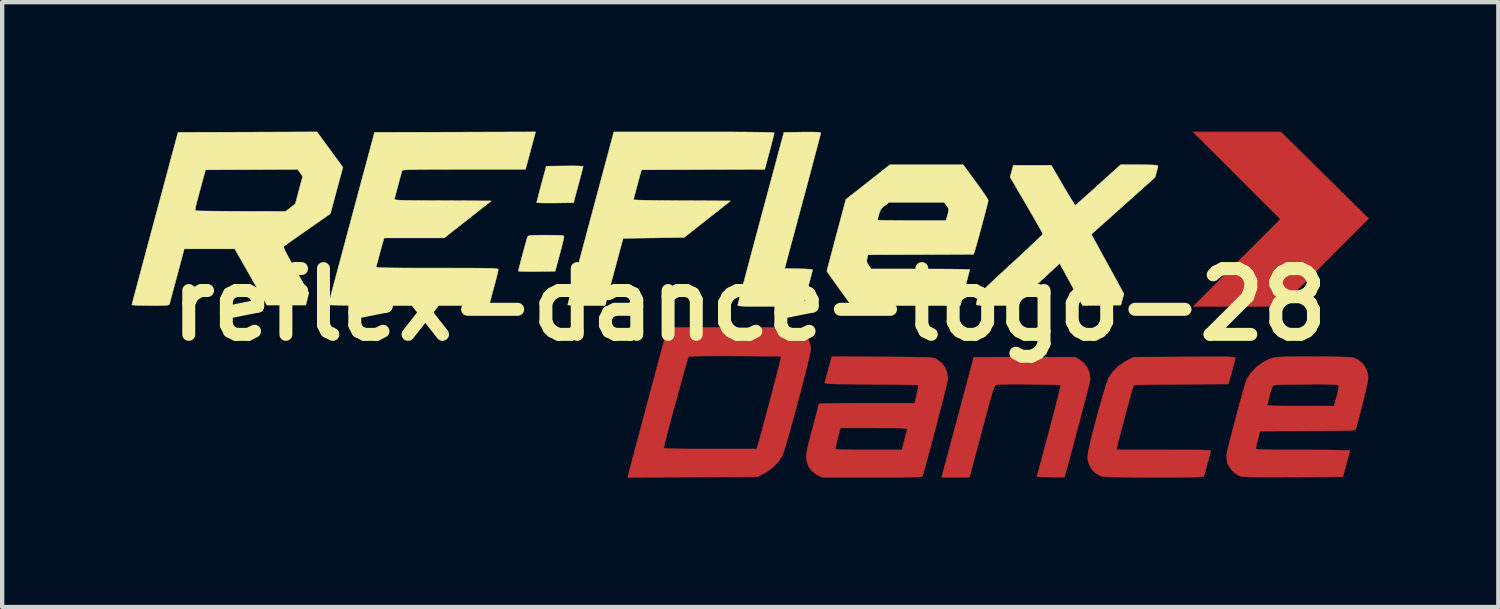
<source format=kicad_pcb>
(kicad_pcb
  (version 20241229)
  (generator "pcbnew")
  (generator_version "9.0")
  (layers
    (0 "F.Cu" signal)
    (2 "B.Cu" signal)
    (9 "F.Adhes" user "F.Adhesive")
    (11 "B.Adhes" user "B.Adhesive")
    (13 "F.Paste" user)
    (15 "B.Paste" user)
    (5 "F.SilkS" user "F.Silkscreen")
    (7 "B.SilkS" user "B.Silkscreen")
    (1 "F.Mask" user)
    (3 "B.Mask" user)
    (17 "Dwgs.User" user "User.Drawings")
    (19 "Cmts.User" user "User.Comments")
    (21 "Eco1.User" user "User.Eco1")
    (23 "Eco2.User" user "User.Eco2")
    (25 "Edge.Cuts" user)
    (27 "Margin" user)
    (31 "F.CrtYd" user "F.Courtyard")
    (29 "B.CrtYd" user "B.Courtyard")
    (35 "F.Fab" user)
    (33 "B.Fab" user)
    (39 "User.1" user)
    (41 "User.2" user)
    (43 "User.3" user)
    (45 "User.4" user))
  (footprint "reflex-dance-logo-28"
    (layer "F.Cu")
    (at 14.313 4.006)
    (property "Reference" "reflex-dance-logo-28" (at 0 0 0) (layer "F.SilkS") (effects (font (size 1.524 1.524) (thickness 0.3))))
    (attr through_hole)
    (fp_poly (pts (xy 11.292 -4) (xy 12.308 -3.999) (xy 14.34 -1.993) (xy 13.325 -0.975) (xy 12.309 0.042) (xy 10.277 0.042) (xy 11.287 -0.968) (xy 12.298 -1.979) (xy 11.287 -2.99) (xy 10.276 -4) (xy 11.292 -4)) (stroke (width 0.01) (type solid)) (fill yes) (layer "F.Cu"))
    (fp_poly (pts (xy 7.643 1.274) (xy 7.746 1.357) (xy 7.825 1.465) (xy 7.875 1.588) (xy 7.89 1.716) (xy 7.886 1.767) (xy 7.878 1.8) (xy 7.862 1.868) (xy 7.836 1.966) (xy 7.804 2.091) (xy 7.766 2.237) (xy 7.724 2.399) (xy 7.678 2.574) (xy 7.629 2.756) (xy 7.58 2.942) (xy 7.531 3.125) (xy 7.484 3.303) (xy 7.439 3.47) (xy 7.398 3.622) (xy 7.362 3.754) (xy 7.332 3.862) (xy 7.31 3.941) (xy 7.297 3.986) (xy 7.293 3.996) (xy 7.271 3.997) (xy 7.214 3.998) (xy 7.13 3.998) (xy 7.026 3.997) (xy 6.972 3.996) (xy 6.656 3.99) (xy 6.939 2.935) (xy 6.993 2.731) (xy 7.044 2.54) (xy 7.089 2.365) (xy 7.128 2.21) (xy 7.161 2.079) (xy 7.186 1.976) (xy 7.202 1.905) (xy 7.208 1.87) (xy 7.207 1.866) (xy 7.183 1.862) (xy 7.123 1.859) (xy 7.032 1.855) (xy 6.917 1.852) (xy 6.783 1.849) (xy 6.638 1.847) (xy 6.486 1.845) (xy 6.334 1.844) (xy 6.188 1.844) (xy 6.053 1.844) (xy 5.937 1.845) (xy 5.844 1.847) (xy 5.782 1.85) (xy 5.763 1.852) (xy 5.742 1.854) (xy 5.725 1.856) (xy 5.71 1.86) (xy 5.695 1.87) (xy 5.681 1.888) (xy 5.665 1.919) (xy 5.647 1.964) (xy 5.626 2.028) (xy 5.601 2.112) (xy 5.57 2.221) (xy 5.533 2.357) (xy 5.488 2.524) (xy 5.435 2.724) (xy 5.372 2.96) (xy 5.344 3.064) (xy 5.094 4) (xy 4.45 4) (xy 4.511 3.773) (xy 4.528 3.71) (xy 4.555 3.61) (xy 4.59 3.478) (xy 4.633 3.32) (xy 4.681 3.139) (xy 4.734 2.941) (xy 4.791 2.73) (xy 4.85 2.51) (xy 4.884 2.381) (xy 5.196 1.217) (xy 7.546 1.217) (xy 7.643 1.274)) (stroke (width 0.01) (type solid)) (fill yes) (layer "F.Cu"))
    (fp_poly (pts (xy -0.172 0.529) (xy 0.083 0.529) (xy 0.301 0.53) (xy 0.486 0.531) (xy 0.641 0.534) (xy 0.77 0.537) (xy 0.875 0.541) (xy 0.96 0.547) (xy 1.027 0.555) (xy 1.08 0.565) (xy 1.122 0.576) (xy 1.157 0.59) (xy 1.186 0.607) (xy 1.214 0.626) (xy 1.237 0.643) (xy 1.312 0.722) (xy 1.372 0.827) (xy 1.409 0.943) (xy 1.418 1.025) (xy 1.413 1.068) (xy 1.397 1.148) (xy 1.372 1.258) (xy 1.339 1.396) (xy 1.299 1.555) (xy 1.255 1.732) (xy 1.206 1.921) (xy 1.154 2.118) (xy 1.101 2.319) (xy 1.047 2.518) (xy 0.994 2.711) (xy 0.944 2.893) (xy 0.896 3.059) (xy 0.854 3.206) (xy 0.817 3.328) (xy 0.787 3.42) (xy 0.766 3.478) (xy 0.763 3.484) (xy 0.681 3.619) (xy 0.567 3.746) (xy 0.43 3.855) (xy 0.324 3.918) (xy 0.18 3.99) (xy -1.32 3.996) (xy -2.82 4.002) (xy -2.811 3.953) (xy -2.804 3.926) (xy -2.787 3.861) (xy -2.761 3.761) (xy -2.726 3.629) (xy -2.684 3.47) (xy -2.643 3.318) (xy -1.99 3.318) (xy -1.981 3.324) (xy -1.954 3.329) (xy -1.906 3.334) (xy -1.834 3.337) (xy -1.734 3.34) (xy -1.605 3.342) (xy -1.442 3.343) (xy -1.244 3.344) (xy -1.008 3.344) (xy -0.911 3.344) (xy 0.168 3.344) (xy 0.2 3.233) (xy 0.223 3.154) (xy 0.253 3.045) (xy 0.289 2.913) (xy 0.329 2.762) (xy 0.374 2.596) (xy 0.42 2.422) (xy 0.468 2.243) (xy 0.515 2.065) (xy 0.56 1.893) (xy 0.603 1.731) (xy 0.641 1.585) (xy 0.673 1.459) (xy 0.699 1.358) (xy 0.716 1.288) (xy 0.724 1.253) (xy 0.725 1.25) (xy 0.73 1.196) (xy -0.331 1.19) (xy -0.576 1.189) (xy -0.782 1.189) (xy -0.953 1.189) (xy -1.091 1.19) (xy -1.2 1.192) (xy -1.282 1.194) (xy -1.342 1.198) (xy -1.382 1.202) (xy -1.406 1.208) (xy -1.416 1.214) (xy -1.425 1.239) (xy -1.444 1.299) (xy -1.471 1.391) (xy -1.505 1.51) (xy -1.544 1.651) (xy -1.588 1.808) (xy -1.635 1.978) (xy -1.684 2.156) (xy -1.733 2.337) (xy -1.782 2.516) (xy -1.828 2.688) (xy -1.871 2.849) (xy -1.91 2.994) (xy -1.942 3.118) (xy -1.967 3.216) (xy -1.983 3.284) (xy -1.99 3.317) (xy -1.99 3.318) (xy -2.643 3.318) (xy -2.635 3.285) (xy -2.579 3.078) (xy -2.519 2.852) (xy -2.454 2.61) (xy -2.386 2.355) (xy -2.349 2.217) (xy -1.897 0.529) (xy -0.465 0.529) (xy -0.172 0.529)) (stroke (width 0.01) (type solid)) (fill yes) (layer "F.Cu"))
    (fp_poly (pts (xy 10.875 1.209) (xy 10.991 1.21) (xy 11.081 1.211) (xy 11.149 1.213) (xy 11.196 1.217) (xy 11.228 1.221) (xy 11.245 1.226) (xy 11.253 1.233) (xy 11.254 1.24) (xy 11.253 1.243) (xy 11.243 1.279) (xy 11.226 1.345) (xy 11.203 1.43) (xy 11.187 1.492) (xy 11.161 1.589) (xy 11.137 1.678) (xy 11.118 1.746) (xy 11.11 1.772) (xy 11.089 1.84) (xy 10.002 1.846) (xy 9.791 1.848) (xy 9.593 1.849) (xy 9.412 1.852) (xy 9.253 1.854) (xy 9.118 1.857) (xy 9.012 1.86) (xy 8.939 1.863) (xy 8.903 1.866) (xy 8.9 1.867) (xy 8.891 1.891) (xy 8.872 1.95) (xy 8.846 2.038) (xy 8.815 2.151) (xy 8.778 2.281) (xy 8.739 2.424) (xy 8.699 2.573) (xy 8.659 2.723) (xy 8.62 2.868) (xy 8.585 3.002) (xy 8.555 3.12) (xy 8.531 3.215) (xy 8.516 3.283) (xy 8.51 3.317) (xy 8.51 3.318) (xy 8.509 3.365) (xy 9.601 3.365) (xy 9.844 3.366) (xy 10.048 3.366) (xy 10.216 3.366) (xy 10.352 3.367) (xy 10.459 3.369) (xy 10.541 3.371) (xy 10.6 3.374) (xy 10.641 3.378) (xy 10.665 3.383) (xy 10.678 3.389) (xy 10.682 3.396) (xy 10.681 3.403) (xy 10.671 3.437) (xy 10.653 3.503) (xy 10.63 3.59) (xy 10.604 3.683) (xy 10.578 3.782) (xy 10.555 3.868) (xy 10.537 3.932) (xy 10.528 3.963) (xy 10.524 3.971) (xy 10.513 3.978) (xy 10.493 3.984) (xy 10.461 3.988) (xy 10.413 3.992) (xy 10.345 3.995) (xy 10.255 3.997) (xy 10.139 3.998) (xy 9.994 3.999) (xy 9.817 4) (xy 9.603 4) (xy 9.36 4) (xy 9.101 3.999) (xy 8.881 3.999) (xy 8.698 3.998) (xy 8.546 3.996) (xy 8.424 3.994) (xy 8.328 3.991) (xy 8.255 3.987) (xy 8.201 3.983) (xy 8.163 3.977) (xy 8.138 3.971) (xy 8.132 3.968) (xy 8.019 3.906) (xy 7.937 3.828) (xy 7.879 3.73) (xy 7.849 3.656) (xy 7.836 3.592) (xy 7.835 3.516) (xy 7.838 3.474) (xy 7.847 3.411) (xy 7.867 3.314) (xy 7.895 3.189) (xy 7.931 3.042) (xy 7.972 2.88) (xy 8.018 2.707) (xy 8.065 2.531) (xy 8.114 2.356) (xy 8.161 2.189) (xy 8.206 2.036) (xy 8.247 1.902) (xy 8.283 1.794) (xy 8.311 1.717) (xy 8.324 1.687) (xy 8.413 1.557) (xy 8.535 1.435) (xy 8.679 1.33) (xy 8.758 1.287) (xy 8.9 1.217) (xy 10.082 1.211) (xy 10.335 1.21) (xy 10.55 1.209) (xy 10.729 1.209) (xy 10.875 1.209)) (stroke (width 0.01) (type solid)) (fill yes) (layer "F.Cu"))
    (fp_poly (pts (xy 3.076 1.211) (xy 3.328 1.212) (xy 3.541 1.214) (xy 3.719 1.215) (xy 3.865 1.217) (xy 3.983 1.219) (xy 4.076 1.221) (xy 4.148 1.224) (xy 4.203 1.228) (xy 4.243 1.234) (xy 4.273 1.24) (xy 4.297 1.247) (xy 4.316 1.256) (xy 4.331 1.264) (xy 4.446 1.348) (xy 4.529 1.457) (xy 4.577 1.586) (xy 4.589 1.729) (xy 4.587 1.752) (xy 4.58 1.788) (xy 4.563 1.861) (xy 4.538 1.965) (xy 4.505 2.095) (xy 4.467 2.246) (xy 4.424 2.415) (xy 4.377 2.595) (xy 4.329 2.782) (xy 4.279 2.972) (xy 4.23 3.159) (xy 4.182 3.338) (xy 4.137 3.506) (xy 4.097 3.656) (xy 4.061 3.784) (xy 4.033 3.885) (xy 4.012 3.955) (xy 4.01 3.961) (xy 4.006 3.97) (xy 3.997 3.977) (xy 3.98 3.983) (xy 3.951 3.988) (xy 3.908 3.992) (xy 3.847 3.995) (xy 3.764 3.997) (xy 3.656 3.998) (xy 3.52 3.999) (xy 3.353 4) (xy 3.151 4) (xy 2.911 4) (xy 2.837 4) (xy 1.677 4) (xy 1.564 3.941) (xy 1.45 3.86) (xy 1.37 3.753) (xy 1.325 3.623) (xy 1.317 3.558) (xy 1.316 3.514) (xy 1.319 3.463) (xy 1.329 3.4) (xy 1.343 3.331) (xy 1.99 3.331) (xy 1.993 3.34) (xy 2.005 3.348) (xy 2.031 3.353) (xy 2.074 3.358) (xy 2.137 3.361) (xy 2.226 3.363) (xy 2.344 3.364) (xy 2.495 3.365) (xy 2.682 3.365) (xy 2.759 3.365) (xy 3.529 3.365) (xy 3.586 3.149) (xy 3.611 3.055) (xy 3.632 2.974) (xy 3.648 2.916) (xy 3.654 2.895) (xy 3.655 2.885) (xy 3.648 2.877) (xy 3.63 2.871) (xy 3.596 2.866) (xy 3.544 2.863) (xy 3.468 2.86) (xy 3.365 2.859) (xy 3.231 2.858) (xy 3.062 2.858) (xy 2.884 2.857) (xy 2.104 2.857) (xy 2.047 3.077) (xy 2.023 3.171) (xy 2.004 3.252) (xy 1.993 3.31) (xy 1.99 3.331) (xy 1.343 3.331) (xy 1.345 3.319) (xy 1.369 3.215) (xy 1.403 3.082) (xy 1.447 2.914) (xy 1.458 2.872) (xy 1.498 2.724) (xy 1.533 2.59) (xy 1.563 2.475) (xy 1.587 2.384) (xy 1.602 2.323) (xy 1.609 2.297) (xy 1.609 2.297) (xy 1.629 2.295) (xy 1.688 2.293) (xy 1.782 2.291) (xy 1.906 2.29) (xy 2.056 2.288) (xy 2.23 2.287) (xy 2.422 2.286) (xy 2.629 2.286) (xy 2.716 2.286) (xy 3.823 2.286) (xy 3.872 2.084) (xy 3.891 1.996) (xy 3.904 1.925) (xy 3.908 1.878) (xy 3.906 1.867) (xy 3.882 1.864) (xy 3.821 1.861) (xy 3.725 1.858) (xy 3.599 1.855) (xy 3.446 1.852) (xy 3.272 1.85) (xy 3.079 1.848) (xy 2.873 1.847) (xy 2.812 1.846) (xy 2.57 1.845) (xy 2.368 1.843) (xy 2.201 1.842) (xy 2.066 1.84) (xy 1.96 1.838) (xy 1.879 1.835) (xy 1.821 1.832) (xy 1.782 1.827) (xy 1.758 1.822) (xy 1.746 1.816) (xy 1.743 1.809) (xy 1.744 1.804) (xy 1.754 1.767) (xy 1.772 1.702) (xy 1.793 1.621) (xy 1.8 1.598) (xy 1.826 1.5) (xy 1.853 1.402) (xy 1.875 1.322) (xy 1.877 1.317) (xy 1.908 1.205) (xy 3.076 1.211)) (stroke (width 0.01) (type solid)) (fill yes) (layer "F.Cu"))
    (fp_poly (pts (xy 13.316 1.207) (xy 13.526 1.209) (xy 13.696 1.212) (xy 13.827 1.216) (xy 13.922 1.221) (xy 13.98 1.228) (xy 13.994 1.231) (xy 14.11 1.287) (xy 14.208 1.375) (xy 14.281 1.486) (xy 14.322 1.612) (xy 14.33 1.693) (xy 14.324 1.741) (xy 14.309 1.823) (xy 14.286 1.932) (xy 14.256 2.064) (xy 14.221 2.21) (xy 14.183 2.365) (xy 14.142 2.521) (xy 14.101 2.674) (xy 14.062 2.815) (xy 14.042 2.884) (xy 14.037 2.892) (xy 14.026 2.899) (xy 14.005 2.905) (xy 13.971 2.909) (xy 13.921 2.913) (xy 13.851 2.916) (xy 13.757 2.919) (xy 13.637 2.921) (xy 13.486 2.923) (xy 13.302 2.924) (xy 13.082 2.925) (xy 12.927 2.926) (xy 11.824 2.932) (xy 11.777 3.111) (xy 11.755 3.197) (xy 11.738 3.27) (xy 11.729 3.319) (xy 11.728 3.328) (xy 11.729 3.337) (xy 11.737 3.344) (xy 11.755 3.349) (xy 11.786 3.354) (xy 11.833 3.358) (xy 11.9 3.36) (xy 11.991 3.362) (xy 12.108 3.364) (xy 12.254 3.365) (xy 12.435 3.365) (xy 12.652 3.365) (xy 12.816 3.365) (xy 13.027 3.366) (xy 13.224 3.367) (xy 13.403 3.368) (xy 13.562 3.37) (xy 13.695 3.372) (xy 13.799 3.375) (xy 13.87 3.377) (xy 13.904 3.38) (xy 13.906 3.381) (xy 13.901 3.406) (xy 13.886 3.465) (xy 13.864 3.548) (xy 13.837 3.65) (xy 13.825 3.694) (xy 13.745 3.99) (xy 12.582 3.995) (xy 12.33 3.996) (xy 12.116 3.996) (xy 11.937 3.997) (xy 11.791 3.996) (xy 11.672 3.995) (xy 11.578 3.993) (xy 11.505 3.99) (xy 11.45 3.987) (xy 11.409 3.982) (xy 11.378 3.976) (xy 11.354 3.969) (xy 11.335 3.961) (xy 11.243 3.902) (xy 11.159 3.818) (xy 11.095 3.723) (xy 11.069 3.658) (xy 11.056 3.578) (xy 11.054 3.489) (xy 11.056 3.461) (xy 11.064 3.417) (xy 11.081 3.34) (xy 11.107 3.233) (xy 11.14 3.104) (xy 11.178 2.956) (xy 11.219 2.797) (xy 11.263 2.631) (xy 11.307 2.464) (xy 11.345 2.323) (xy 11.988 2.323) (xy 11.996 2.331) (xy 12.016 2.337) (xy 12.052 2.341) (xy 12.109 2.345) (xy 12.189 2.347) (xy 12.298 2.348) (xy 12.438 2.349) (xy 12.614 2.349) (xy 12.759 2.349) (xy 13.542 2.349) (xy 13.588 2.177) (xy 13.612 2.088) (xy 13.632 2.005) (xy 13.645 1.944) (xy 13.646 1.935) (xy 13.65 1.888) (xy 13.634 1.865) (xy 13.587 1.852) (xy 13.586 1.852) (xy 13.548 1.849) (xy 13.473 1.847) (xy 13.367 1.845) (xy 13.236 1.844) (xy 13.086 1.844) (xy 12.921 1.845) (xy 12.831 1.846) (xy 12.641 1.848) (xy 12.49 1.85) (xy 12.372 1.852) (xy 12.283 1.855) (xy 12.219 1.859) (xy 12.175 1.864) (xy 12.146 1.871) (xy 12.129 1.88) (xy 12.119 1.89) (xy 12.101 1.927) (xy 12.078 1.994) (xy 12.054 2.076) (xy 12.047 2.103) (xy 12.025 2.188) (xy 12.006 2.26) (xy 11.992 2.307) (xy 11.989 2.314) (xy 11.988 2.323) (xy 11.345 2.323) (xy 11.351 2.301) (xy 11.393 2.149) (xy 11.431 2.011) (xy 11.465 1.895) (xy 11.491 1.805) (xy 11.51 1.748) (xy 11.517 1.73) (xy 11.613 1.584) (xy 11.738 1.452) (xy 11.882 1.343) (xy 12.034 1.265) (xy 12.079 1.249) (xy 12.117 1.238) (xy 12.155 1.23) (xy 12.198 1.223) (xy 12.252 1.217) (xy 12.32 1.213) (xy 12.407 1.21) (xy 12.517 1.208) (xy 12.656 1.207) (xy 12.828 1.207) (xy 13.037 1.207) (xy 13.065 1.206) (xy 13.316 1.207)) (stroke (width 0.01) (type solid)) (fill yes) (layer "F.Cu"))
    (fp_poly (pts (xy 11.292 -4) (xy 12.308 -3.999) (xy 14.34 -1.993) (xy 13.325 -0.975) (xy 12.309 0.042) (xy 10.277 0.042) (xy 11.287 -0.968) (xy 12.298 -1.979) (xy 11.287 -2.99) (xy 10.276 -4) (xy 11.292 -4)) (stroke (width 0.01) (type solid)) (fill yes) (layer "F.Mask"))
    (fp_poly (pts (xy 7.643 1.274) (xy 7.746 1.357) (xy 7.825 1.465) (xy 7.875 1.588) (xy 7.89 1.716) (xy 7.886 1.767) (xy 7.878 1.8) (xy 7.862 1.868) (xy 7.836 1.966) (xy 7.804 2.091) (xy 7.766 2.237) (xy 7.724 2.399) (xy 7.678 2.574) (xy 7.629 2.756) (xy 7.58 2.942) (xy 7.531 3.125) (xy 7.484 3.303) (xy 7.439 3.47) (xy 7.398 3.622) (xy 7.362 3.754) (xy 7.332 3.862) (xy 7.31 3.941) (xy 7.297 3.986) (xy 7.293 3.996) (xy 7.271 3.997) (xy 7.214 3.998) (xy 7.13 3.998) (xy 7.026 3.997) (xy 6.972 3.996) (xy 6.656 3.99) (xy 6.939 2.935) (xy 6.993 2.731) (xy 7.044 2.54) (xy 7.089 2.365) (xy 7.128 2.21) (xy 7.161 2.079) (xy 7.186 1.976) (xy 7.202 1.905) (xy 7.208 1.87) (xy 7.207 1.866) (xy 7.183 1.862) (xy 7.123 1.859) (xy 7.032 1.855) (xy 6.917 1.852) (xy 6.783 1.849) (xy 6.638 1.847) (xy 6.486 1.845) (xy 6.334 1.844) (xy 6.188 1.844) (xy 6.053 1.844) (xy 5.937 1.845) (xy 5.844 1.847) (xy 5.782 1.85) (xy 5.763 1.852) (xy 5.742 1.854) (xy 5.725 1.856) (xy 5.71 1.86) (xy 5.695 1.87) (xy 5.681 1.888) (xy 5.665 1.919) (xy 5.647 1.964) (xy 5.626 2.028) (xy 5.601 2.112) (xy 5.57 2.221) (xy 5.533 2.357) (xy 5.488 2.524) (xy 5.435 2.724) (xy 5.372 2.96) (xy 5.344 3.064) (xy 5.094 4) (xy 4.45 4) (xy 4.511 3.773) (xy 4.528 3.71) (xy 4.555 3.61) (xy 4.59 3.478) (xy 4.633 3.32) (xy 4.681 3.139) (xy 4.734 2.941) (xy 4.791 2.73) (xy 4.85 2.51) (xy 4.884 2.381) (xy 5.196 1.217) (xy 7.546 1.217) (xy 7.643 1.274)) (stroke (width 0.01) (type solid)) (fill yes) (layer "F.Mask"))
    (fp_poly (pts (xy -0.172 0.529) (xy 0.083 0.529) (xy 0.301 0.53) (xy 0.486 0.531) (xy 0.641 0.534) (xy 0.77 0.537) (xy 0.875 0.541) (xy 0.96 0.547) (xy 1.027 0.555) (xy 1.08 0.565) (xy 1.122 0.576) (xy 1.157 0.59) (xy 1.186 0.607) (xy 1.214 0.626) (xy 1.237 0.643) (xy 1.312 0.722) (xy 1.372 0.827) (xy 1.409 0.943) (xy 1.418 1.025) (xy 1.413 1.068) (xy 1.397 1.148) (xy 1.372 1.258) (xy 1.339 1.396) (xy 1.299 1.555) (xy 1.255 1.732) (xy 1.206 1.921) (xy 1.154 2.118) (xy 1.101 2.319) (xy 1.047 2.518) (xy 0.994 2.711) (xy 0.944 2.893) (xy 0.896 3.059) (xy 0.854 3.206) (xy 0.817 3.328) (xy 0.787 3.42) (xy 0.766 3.478) (xy 0.763 3.484) (xy 0.681 3.619) (xy 0.567 3.746) (xy 0.43 3.855) (xy 0.324 3.918) (xy 0.18 3.99) (xy -1.32 3.996) (xy -2.82 4.002) (xy -2.811 3.953) (xy -2.804 3.926) (xy -2.787 3.861) (xy -2.761 3.761) (xy -2.726 3.629) (xy -2.684 3.47) (xy -2.643 3.318) (xy -1.99 3.318) (xy -1.981 3.324) (xy -1.954 3.329) (xy -1.906 3.334) (xy -1.834 3.337) (xy -1.734 3.34) (xy -1.605 3.342) (xy -1.442 3.343) (xy -1.244 3.344) (xy -1.008 3.344) (xy -0.911 3.344) (xy 0.168 3.344) (xy 0.2 3.233) (xy 0.223 3.154) (xy 0.253 3.045) (xy 0.289 2.913) (xy 0.329 2.762) (xy 0.374 2.596) (xy 0.42 2.422) (xy 0.468 2.243) (xy 0.515 2.065) (xy 0.56 1.893) (xy 0.603 1.731) (xy 0.641 1.585) (xy 0.673 1.459) (xy 0.699 1.358) (xy 0.716 1.288) (xy 0.724 1.253) (xy 0.725 1.25) (xy 0.73 1.196) (xy -0.331 1.19) (xy -0.576 1.189) (xy -0.782 1.189) (xy -0.953 1.189) (xy -1.091 1.19) (xy -1.2 1.192) (xy -1.282 1.194) (xy -1.342 1.198) (xy -1.382 1.202) (xy -1.406 1.208) (xy -1.416 1.214) (xy -1.425 1.239) (xy -1.444 1.299) (xy -1.471 1.391) (xy -1.505 1.51) (xy -1.544 1.651) (xy -1.588 1.808) (xy -1.635 1.978) (xy -1.684 2.156) (xy -1.733 2.337) (xy -1.782 2.516) (xy -1.828 2.688) (xy -1.871 2.849) (xy -1.91 2.994) (xy -1.942 3.118) (xy -1.967 3.216) (xy -1.983 3.284) (xy -1.99 3.317) (xy -1.99 3.318) (xy -2.643 3.318) (xy -2.635 3.285) (xy -2.579 3.078) (xy -2.519 2.852) (xy -2.454 2.61) (xy -2.386 2.355) (xy -2.349 2.217) (xy -1.897 0.529) (xy -0.465 0.529) (xy -0.172 0.529)) (stroke (width 0.01) (type solid)) (fill yes) (layer "F.Mask"))
    (fp_poly (pts (xy 10.875 1.209) (xy 10.991 1.21) (xy 11.081 1.211) (xy 11.149 1.213) (xy 11.196 1.217) (xy 11.228 1.221) (xy 11.245 1.226) (xy 11.253 1.233) (xy 11.254 1.24) (xy 11.253 1.243) (xy 11.243 1.279) (xy 11.226 1.345) (xy 11.203 1.43) (xy 11.187 1.492) (xy 11.161 1.589) (xy 11.137 1.678) (xy 11.118 1.746) (xy 11.11 1.772) (xy 11.089 1.84) (xy 10.002 1.846) (xy 9.791 1.848) (xy 9.593 1.849) (xy 9.412 1.852) (xy 9.253 1.854) (xy 9.118 1.857) (xy 9.012 1.86) (xy 8.939 1.863) (xy 8.903 1.866) (xy 8.9 1.867) (xy 8.891 1.891) (xy 8.872 1.95) (xy 8.846 2.038) (xy 8.815 2.151) (xy 8.778 2.281) (xy 8.739 2.424) (xy 8.699 2.573) (xy 8.659 2.723) (xy 8.62 2.868) (xy 8.585 3.002) (xy 8.555 3.12) (xy 8.531 3.215) (xy 8.516 3.283) (xy 8.51 3.317) (xy 8.51 3.318) (xy 8.509 3.365) (xy 9.601 3.365) (xy 9.844 3.366) (xy 10.048 3.366) (xy 10.216 3.366) (xy 10.352 3.367) (xy 10.459 3.369) (xy 10.541 3.371) (xy 10.6 3.374) (xy 10.641 3.378) (xy 10.665 3.383) (xy 10.678 3.389) (xy 10.682 3.396) (xy 10.681 3.403) (xy 10.671 3.437) (xy 10.653 3.503) (xy 10.63 3.59) (xy 10.604 3.683) (xy 10.578 3.782) (xy 10.555 3.868) (xy 10.537 3.932) (xy 10.528 3.963) (xy 10.524 3.971) (xy 10.513 3.978) (xy 10.493 3.984) (xy 10.461 3.988) (xy 10.413 3.992) (xy 10.345 3.995) (xy 10.255 3.997) (xy 10.139 3.998) (xy 9.994 3.999) (xy 9.817 4) (xy 9.603 4) (xy 9.36 4) (xy 9.101 3.999) (xy 8.881 3.999) (xy 8.698 3.998) (xy 8.546 3.996) (xy 8.424 3.994) (xy 8.328 3.991) (xy 8.255 3.987) (xy 8.201 3.983) (xy 8.163 3.977) (xy 8.138 3.971) (xy 8.132 3.968) (xy 8.019 3.906) (xy 7.937 3.828) (xy 7.879 3.73) (xy 7.849 3.656) (xy 7.836 3.592) (xy 7.835 3.516) (xy 7.838 3.474) (xy 7.847 3.411) (xy 7.867 3.314) (xy 7.895 3.189) (xy 7.931 3.042) (xy 7.972 2.88) (xy 8.018 2.707) (xy 8.065 2.531) (xy 8.114 2.356) (xy 8.161 2.189) (xy 8.206 2.036) (xy 8.247 1.902) (xy 8.283 1.794) (xy 8.311 1.717) (xy 8.324 1.687) (xy 8.413 1.557) (xy 8.535 1.435) (xy 8.679 1.33) (xy 8.758 1.287) (xy 8.9 1.217) (xy 10.082 1.211) (xy 10.335 1.21) (xy 10.55 1.209) (xy 10.729 1.209) (xy 10.875 1.209)) (stroke (width 0.01) (type solid)) (fill yes) (layer "F.Mask"))
    (fp_poly (pts (xy 3.076 1.211) (xy 3.328 1.212) (xy 3.541 1.214) (xy 3.719 1.215) (xy 3.865 1.217) (xy 3.983 1.219) (xy 4.076 1.221) (xy 4.148 1.224) (xy 4.203 1.228) (xy 4.243 1.234) (xy 4.273 1.24) (xy 4.297 1.247) (xy 4.316 1.256) (xy 4.331 1.264) (xy 4.446 1.348) (xy 4.529 1.457) (xy 4.577 1.586) (xy 4.589 1.729) (xy 4.587 1.752) (xy 4.58 1.788) (xy 4.563 1.861) (xy 4.538 1.965) (xy 4.505 2.095) (xy 4.467 2.246) (xy 4.424 2.415) (xy 4.377 2.595) (xy 4.329 2.782) (xy 4.279 2.972) (xy 4.23 3.159) (xy 4.182 3.338) (xy 4.137 3.506) (xy 4.097 3.656) (xy 4.061 3.784) (xy 4.033 3.885) (xy 4.012 3.955) (xy 4.01 3.961) (xy 4.006 3.97) (xy 3.997 3.977) (xy 3.98 3.983) (xy 3.951 3.988) (xy 3.908 3.992) (xy 3.847 3.995) (xy 3.764 3.997) (xy 3.656 3.998) (xy 3.52 3.999) (xy 3.353 4) (xy 3.151 4) (xy 2.911 4) (xy 2.837 4) (xy 1.677 4) (xy 1.564 3.941) (xy 1.45 3.86) (xy 1.37 3.753) (xy 1.325 3.623) (xy 1.317 3.558) (xy 1.316 3.514) (xy 1.319 3.463) (xy 1.329 3.4) (xy 1.343 3.331) (xy 1.99 3.331) (xy 1.993 3.34) (xy 2.005 3.348) (xy 2.031 3.353) (xy 2.074 3.358) (xy 2.137 3.361) (xy 2.226 3.363) (xy 2.344 3.364) (xy 2.495 3.365) (xy 2.682 3.365) (xy 2.759 3.365) (xy 3.529 3.365) (xy 3.586 3.149) (xy 3.611 3.055) (xy 3.632 2.974) (xy 3.648 2.916) (xy 3.654 2.895) (xy 3.655 2.885) (xy 3.648 2.877) (xy 3.63 2.871) (xy 3.596 2.866) (xy 3.544 2.863) (xy 3.468 2.86) (xy 3.365 2.859) (xy 3.231 2.858) (xy 3.062 2.858) (xy 2.884 2.857) (xy 2.104 2.857) (xy 2.047 3.077) (xy 2.023 3.171) (xy 2.004 3.252) (xy 1.993 3.31) (xy 1.99 3.331) (xy 1.343 3.331) (xy 1.345 3.319) (xy 1.369 3.215) (xy 1.403 3.082) (xy 1.447 2.914) (xy 1.458 2.872) (xy 1.498 2.724) (xy 1.533 2.59) (xy 1.563 2.475) (xy 1.587 2.384) (xy 1.602 2.323) (xy 1.609 2.297) (xy 1.609 2.297) (xy 1.629 2.295) (xy 1.688 2.293) (xy 1.782 2.291) (xy 1.906 2.29) (xy 2.056 2.288) (xy 2.23 2.287) (xy 2.422 2.286) (xy 2.629 2.286) (xy 2.716 2.286) (xy 3.823 2.286) (xy 3.872 2.084) (xy 3.891 1.996) (xy 3.904 1.925) (xy 3.908 1.878) (xy 3.906 1.867) (xy 3.882 1.864) (xy 3.821 1.861) (xy 3.725 1.858) (xy 3.599 1.855) (xy 3.446 1.852) (xy 3.272 1.85) (xy 3.079 1.848) (xy 2.873 1.847) (xy 2.812 1.846) (xy 2.57 1.845) (xy 2.368 1.843) (xy 2.201 1.842) (xy 2.066 1.84) (xy 1.96 1.838) (xy 1.879 1.835) (xy 1.821 1.832) (xy 1.782 1.827) (xy 1.758 1.822) (xy 1.746 1.816) (xy 1.743 1.809) (xy 1.744 1.804) (xy 1.754 1.767) (xy 1.772 1.702) (xy 1.793 1.621) (xy 1.8 1.598) (xy 1.826 1.5) (xy 1.853 1.402) (xy 1.875 1.322) (xy 1.877 1.317) (xy 1.908 1.205) (xy 3.076 1.211)) (stroke (width 0.01) (type solid)) (fill yes) (layer "F.Mask"))
    (fp_poly (pts (xy 13.316 1.207) (xy 13.526 1.209) (xy 13.696 1.212) (xy 13.827 1.216) (xy 13.922 1.221) (xy 13.98 1.228) (xy 13.994 1.231) (xy 14.11 1.287) (xy 14.208 1.375) (xy 14.281 1.486) (xy 14.322 1.612) (xy 14.33 1.693) (xy 14.324 1.741) (xy 14.309 1.823) (xy 14.286 1.932) (xy 14.256 2.064) (xy 14.221 2.21) (xy 14.183 2.365) (xy 14.142 2.521) (xy 14.101 2.674) (xy 14.062 2.815) (xy 14.042 2.884) (xy 14.037 2.892) (xy 14.026 2.899) (xy 14.005 2.905) (xy 13.971 2.909) (xy 13.921 2.913) (xy 13.851 2.916) (xy 13.757 2.919) (xy 13.637 2.921) (xy 13.486 2.923) (xy 13.302 2.924) (xy 13.082 2.925) (xy 12.927 2.926) (xy 11.824 2.932) (xy 11.777 3.111) (xy 11.755 3.197) (xy 11.738 3.27) (xy 11.729 3.319) (xy 11.728 3.328) (xy 11.729 3.337) (xy 11.737 3.344) (xy 11.755 3.349) (xy 11.786 3.354) (xy 11.833 3.358) (xy 11.9 3.36) (xy 11.991 3.362) (xy 12.108 3.364) (xy 12.254 3.365) (xy 12.435 3.365) (xy 12.652 3.365) (xy 12.816 3.365) (xy 13.027 3.366) (xy 13.224 3.367) (xy 13.403 3.368) (xy 13.562 3.37) (xy 13.695 3.372) (xy 13.799 3.375) (xy 13.87 3.377) (xy 13.904 3.38) (xy 13.906 3.381) (xy 13.901 3.406) (xy 13.886 3.465) (xy 13.864 3.548) (xy 13.837 3.65) (xy 13.825 3.694) (xy 13.745 3.99) (xy 12.582 3.995) (xy 12.33 3.996) (xy 12.116 3.996) (xy 11.937 3.997) (xy 11.791 3.996) (xy 11.672 3.995) (xy 11.578 3.993) (xy 11.505 3.99) (xy 11.45 3.987) (xy 11.409 3.982) (xy 11.378 3.976) (xy 11.354 3.969) (xy 11.335 3.961) (xy 11.243 3.902) (xy 11.159 3.818) (xy 11.095 3.723) (xy 11.069 3.658) (xy 11.056 3.578) (xy 11.054 3.489) (xy 11.056 3.461) (xy 11.064 3.417) (xy 11.081 3.34) (xy 11.107 3.233) (xy 11.14 3.104) (xy 11.178 2.956) (xy 11.219 2.797) (xy 11.263 2.631) (xy 11.307 2.464) (xy 11.345 2.323) (xy 11.988 2.323) (xy 11.996 2.331) (xy 12.016 2.337) (xy 12.052 2.341) (xy 12.109 2.345) (xy 12.189 2.347) (xy 12.298 2.348) (xy 12.438 2.349) (xy 12.614 2.349) (xy 12.759 2.349) (xy 13.542 2.349) (xy 13.588 2.177) (xy 13.612 2.088) (xy 13.632 2.005) (xy 13.645 1.944) (xy 13.646 1.935) (xy 13.65 1.888) (xy 13.634 1.865) (xy 13.587 1.852) (xy 13.586 1.852) (xy 13.548 1.849) (xy 13.473 1.847) (xy 13.367 1.845) (xy 13.236 1.844) (xy 13.086 1.844) (xy 12.921 1.845) (xy 12.831 1.846) (xy 12.641 1.848) (xy 12.49 1.85) (xy 12.372 1.852) (xy 12.283 1.855) (xy 12.219 1.859) (xy 12.175 1.864) (xy 12.146 1.871) (xy 12.129 1.88) (xy 12.119 1.89) (xy 12.101 1.927) (xy 12.078 1.994) (xy 12.054 2.076) (xy 12.047 2.103) (xy 12.025 2.188) (xy 12.006 2.26) (xy 11.992 2.307) (xy 11.989 2.314) (xy 11.988 2.323) (xy 11.345 2.323) (xy 11.351 2.301) (xy 11.393 2.149) (xy 11.431 2.011) (xy 11.465 1.895) (xy 11.491 1.805) (xy 11.51 1.748) (xy 11.517 1.73) (xy 11.613 1.584) (xy 11.738 1.452) (xy 11.882 1.343) (xy 12.034 1.265) (xy 12.079 1.249) (xy 12.117 1.238) (xy 12.155 1.23) (xy 12.198 1.223) (xy 12.252 1.217) (xy 12.32 1.213) (xy 12.407 1.21) (xy 12.517 1.208) (xy 12.656 1.207) (xy 12.828 1.207) (xy 13.037 1.207) (xy 13.065 1.206) (xy 13.316 1.207)) (stroke (width 0.01) (type solid)) (fill yes) (layer "F.Mask"))
    (fp_poly (pts (xy -4.038 -3.213) (xy -3.946 -3.211) (xy -3.883 -3.207) (xy -3.854 -3.203) (xy -3.853 -3.202) (xy -3.859 -3.177) (xy -3.874 -3.118) (xy -3.897 -3.031) (xy -3.925 -2.923) (xy -3.959 -2.799) (xy -3.966 -2.773) (xy -4.077 -2.36) (xy -4.504 -2.354) (xy -4.634 -2.353) (xy -4.747 -2.354) (xy -4.839 -2.356) (xy -4.902 -2.359) (xy -4.93 -2.364) (xy -4.931 -2.365) (xy -4.926 -2.389) (xy -4.911 -2.448) (xy -4.888 -2.535) (xy -4.86 -2.644) (xy -4.827 -2.768) (xy -4.82 -2.794) (xy -4.709 -3.207) (xy -4.281 -3.212) (xy -4.151 -3.213) (xy -4.038 -3.213)) (stroke (width 0.01) (type solid)) (fill yes) (layer "F.SilkS"))
    (fp_poly (pts (xy -4.568 -1.608) (xy -4.462 -1.607) (xy -4.388 -1.605) (xy -4.34 -1.601) (xy -4.313 -1.594) (xy -4.3 -1.584) (xy -4.297 -1.572) (xy -4.297 -1.572) (xy -4.303 -1.54) (xy -4.318 -1.475) (xy -4.34 -1.383) (xy -4.369 -1.272) (xy -4.4 -1.154) (xy -4.503 -0.773) (xy -4.929 -0.767) (xy -5.058 -0.766) (xy -5.171 -0.767) (xy -5.263 -0.769) (xy -5.326 -0.772) (xy -5.354 -0.776) (xy -5.355 -0.777) (xy -5.35 -0.805) (xy -5.335 -0.866) (xy -5.313 -0.952) (xy -5.287 -1.054) (xy -5.257 -1.164) (xy -5.227 -1.275) (xy -5.198 -1.378) (xy -5.173 -1.466) (xy -5.155 -1.529) (xy -5.144 -1.561) (xy -5.136 -1.577) (xy -5.123 -1.589) (xy -5.101 -1.598) (xy -5.062 -1.603) (xy -5.002 -1.607) (xy -4.915 -1.608) (xy -4.794 -1.609) (xy -4.71 -1.609) (xy -4.568 -1.608)) (stroke (width 0.01) (type solid)) (fill yes) (layer "F.SilkS"))
    (fp_poly (pts (xy 1.487 -3.997) (xy 1.567 -3.994) (xy 1.618 -3.99) (xy 1.644 -3.983) (xy 1.65 -3.974) (xy 1.645 -3.95) (xy 1.629 -3.888) (xy 1.604 -3.792) (xy 1.57 -3.664) (xy 1.529 -3.508) (xy 1.481 -3.328) (xy 1.428 -3.126) (xy 1.369 -2.905) (xy 1.306 -2.669) (xy 1.239 -2.422) (xy 1.231 -2.392) (xy 0.813 -0.836) (xy 1.137 -0.83) (xy 1.248 -0.827) (xy 1.344 -0.823) (xy 1.415 -0.818) (xy 1.455 -0.812) (xy 1.461 -0.809) (xy 1.456 -0.785) (xy 1.441 -0.726) (xy 1.419 -0.64) (xy 1.39 -0.531) (xy 1.358 -0.408) (xy 1.353 -0.389) (xy 1.244 0.015) (xy 1.072 0.029) (xy 1.004 0.032) (xy 0.901 0.036) (xy 0.772 0.038) (xy 0.623 0.04) (xy 0.463 0.042) (xy 0.312 0.042) (xy 0.131 0.042) (xy -0.011 0.041) (xy -0.119 0.038) (xy -0.195 0.034) (xy -0.244 0.029) (xy -0.269 0.022) (xy -0.274 0.016) (xy -0.269 -0.008) (xy -0.253 -0.07) (xy -0.228 -0.167) (xy -0.194 -0.296) (xy -0.152 -0.455) (xy -0.102 -0.641) (xy -0.046 -0.851) (xy 0.015 -1.082) (xy 0.082 -1.331) (xy 0.153 -1.596) (xy 0.227 -1.873) (xy 0.261 -2) (xy 0.796 -3.99) (xy 1.223 -3.996) (xy 1.374 -3.997) (xy 1.487 -3.997)) (stroke (width 0.01) (type solid)) (fill yes) (layer "F.SilkS"))
    (fp_poly (pts (xy -0.937 -4) (xy -0.63 -4) (xy -0.361 -3.999) (xy -0.13 -3.998) (xy 0.066 -3.996) (xy 0.227 -3.994) (xy 0.355 -3.992) (xy 0.452 -3.989) (xy 0.519 -3.985) (xy 0.558 -3.981) (xy 0.571 -3.977) (xy 0.572 -3.977) (xy 0.566 -3.95) (xy 0.552 -3.889) (xy 0.529 -3.8) (xy 0.501 -3.69) (xy 0.468 -3.565) (xy 0.462 -3.543) (xy 0.352 -3.133) (xy -1.076 -3.128) (xy -2.504 -3.122) (xy -2.596 -2.783) (xy -2.626 -2.67) (xy -2.653 -2.57) (xy -2.673 -2.492) (xy -2.685 -2.443) (xy -2.688 -2.429) (xy -2.667 -2.426) (xy -2.608 -2.423) (xy -2.515 -2.42) (xy -2.391 -2.417) (xy -2.24 -2.414) (xy -2.066 -2.412) (xy -1.873 -2.41) (xy -1.665 -2.408) (xy -1.564 -2.408) (xy -0.441 -2.402) (xy -0.977 -1.979) (xy -1.513 -1.556) (xy -2.221 -1.545) (xy -2.929 -1.535) (xy -3.123 -0.815) (xy -3.168 -0.645) (xy -3.211 -0.486) (xy -3.249 -0.343) (xy -3.282 -0.221) (xy -3.307 -0.126) (xy -3.324 -0.062) (xy -3.331 -0.037) (xy -3.345 0.021) (xy -3.779 0.021) (xy -3.909 0.02) (xy -4.024 0.018) (xy -4.116 0.015) (xy -4.181 0.011) (xy -4.211 0.007) (xy -4.212 0.005) (xy -4.207 -0.017) (xy -4.191 -0.077) (xy -4.166 -0.173) (xy -4.133 -0.301) (xy -4.091 -0.459) (xy -4.042 -0.644) (xy -3.986 -0.852) (xy -3.925 -1.082) (xy -3.859 -1.331) (xy -3.788 -1.595) (xy -3.714 -1.872) (xy -3.678 -2.006) (xy -3.144 -4) (xy -1.286 -4) (xy -0.937 -4)) (stroke (width 0.01) (type solid)) (fill yes) (layer "F.SilkS"))
    (fp_poly (pts (xy 9.185 -3.238) (xy 9.303 -3.236) (xy 9.386 -3.232) (xy 9.437 -3.226) (xy 9.46 -3.217) (xy 9.461 -3.213) (xy 9.456 -3.181) (xy 9.442 -3.122) (xy 9.428 -3.068) (xy 9.394 -2.949) (xy 8.656 -2.288) (xy 7.918 -1.628) (xy 7.99 -1.497) (xy 8.019 -1.444) (xy 8.065 -1.361) (xy 8.124 -1.252) (xy 8.194 -1.124) (xy 8.271 -0.984) (xy 8.351 -0.837) (xy 8.368 -0.807) (xy 8.673 -0.248) (xy 8.6 0.011) (xy 8.158 0.016) (xy 7.715 0.022) (xy 7.494 -0.386) (xy 7.426 -0.511) (xy 7.362 -0.628) (xy 7.306 -0.73) (xy 7.262 -0.811) (xy 7.233 -0.863) (xy 7.228 -0.873) (xy 7.183 -0.952) (xy 6.655 -0.466) (xy 6.128 0.019) (xy 5.689 0.02) (xy 5.523 0.02) (xy 5.399 0.017) (xy 5.313 0.013) (xy 5.264 0.006) (xy 5.249 -0.002) (xy 5.255 -0.034) (xy 5.269 -0.092) (xy 5.283 -0.141) (xy 5.291 -0.168) (xy 5.302 -0.194) (xy 5.317 -0.221) (xy 5.34 -0.253) (xy 5.373 -0.292) (xy 5.419 -0.34) (xy 5.48 -0.401) (xy 5.56 -0.478) (xy 5.661 -0.572) (xy 5.786 -0.688) (xy 5.938 -0.828) (xy 6.055 -0.936) (xy 6.204 -1.073) (xy 6.343 -1.202) (xy 6.468 -1.319) (xy 6.578 -1.423) (xy 6.668 -1.509) (xy 6.737 -1.575) (xy 6.78 -1.618) (xy 6.795 -1.635) (xy 6.784 -1.657) (xy 6.755 -1.712) (xy 6.709 -1.794) (xy 6.649 -1.9) (xy 6.577 -2.025) (xy 6.496 -2.166) (xy 6.415 -2.304) (xy 6.036 -2.954) (xy 6.073 -3.091) (xy 6.111 -3.228) (xy 6.989 -3.228) (xy 7.261 -2.762) (xy 7.335 -2.636) (xy 7.403 -2.523) (xy 7.461 -2.429) (xy 7.506 -2.357) (xy 7.535 -2.313) (xy 7.546 -2.301) (xy 7.564 -2.315) (xy 7.61 -2.355) (xy 7.68 -2.416) (xy 7.77 -2.496) (xy 7.876 -2.591) (xy 7.994 -2.697) (xy 8.077 -2.772) (xy 8.595 -3.239) (xy 9.028 -3.239) (xy 9.185 -3.238)) (stroke (width 0.01) (type solid)) (fill yes) (layer "F.SilkS"))
    (fp_poly (pts (xy 5.241 -2.842) (xy 5.324 -2.728) (xy 5.398 -2.624) (xy 5.458 -2.535) (xy 5.502 -2.467) (xy 5.527 -2.424) (xy 5.53 -2.414) (xy 5.524 -2.383) (xy 5.508 -2.318) (xy 5.484 -2.225) (xy 5.455 -2.111) (xy 5.421 -1.983) (xy 5.384 -1.846) (xy 5.347 -1.708) (xy 5.311 -1.574) (xy 5.277 -1.453) (xy 5.248 -1.349) (xy 5.225 -1.27) (xy 5.211 -1.222) (xy 5.207 -1.212) (xy 5.187 -1.165) (xy 3.965 -1.159) (xy 2.743 -1.154) (xy 2.724 -1.073) (xy 2.715 -1.017) (xy 2.725 -0.971) (xy 2.757 -0.914) (xy 2.76 -0.909) (xy 2.816 -0.826) (xy 3.958 -0.826) (xy 4.174 -0.825) (xy 4.376 -0.825) (xy 4.561 -0.823) (xy 4.725 -0.822) (xy 4.865 -0.82) (xy 4.975 -0.818) (xy 5.053 -0.816) (xy 5.095 -0.814) (xy 5.101 -0.812) (xy 5.096 -0.788) (xy 5.081 -0.73) (xy 5.059 -0.644) (xy 5.031 -0.536) (xy 4.998 -0.413) (xy 4.992 -0.389) (xy 4.883 0.021) (xy 3.621 0.021) (xy 2.36 0.02) (xy 2.074 -0.373) (xy 1.993 -0.486) (xy 1.921 -0.588) (xy 1.861 -0.672) (xy 1.818 -0.736) (xy 1.794 -0.773) (xy 1.791 -0.78) (xy 1.797 -0.803) (xy 1.812 -0.862) (xy 1.836 -0.954) (xy 1.868 -1.073) (xy 1.906 -1.215) (xy 1.948 -1.376) (xy 1.995 -1.551) (xy 2.012 -1.615) (xy 2.104 -1.958) (xy 2.963 -1.958) (xy 2.984 -1.956) (xy 3.042 -1.954) (xy 3.133 -1.952) (xy 3.253 -1.95) (xy 3.396 -1.949) (xy 3.559 -1.948) (xy 3.736 -1.947) (xy 3.756 -1.947) (xy 4.549 -1.947) (xy 4.582 -2.057) (xy 4.604 -2.138) (xy 4.611 -2.192) (xy 4.603 -2.235) (xy 4.577 -2.278) (xy 4.56 -2.3) (xy 4.506 -2.371) (xy 3.233 -2.371) (xy 3.133 -2.294) (xy 3.071 -2.242) (xy 3.033 -2.19) (xy 3.006 -2.12) (xy 2.998 -2.094) (xy 2.98 -2.026) (xy 2.967 -1.977) (xy 2.963 -1.958) (xy 2.104 -1.958) (xy 2.231 -2.437) (xy 2.74 -2.837) (xy 3.249 -3.238) (xy 4.1 -3.238) (xy 4.95 -3.239) (xy 5.241 -2.842)) (stroke (width 0.01) (type solid)) (fill yes) (layer "F.SilkS"))
    (fp_poly (pts (xy -9.72 -3.591) (xy -9.42 -3.181) (xy -9.565 -2.644) (xy -9.709 -2.106) (xy -10.241 -1.736) (xy -10.374 -1.643) (xy -10.496 -1.557) (xy -10.603 -1.481) (xy -10.691 -1.419) (xy -10.754 -1.374) (xy -10.788 -1.348) (xy -10.793 -1.344) (xy -10.79 -1.319) (xy -10.763 -1.258) (xy -10.715 -1.162) (xy -10.644 -1.032) (xy -10.552 -0.868) (xy -10.511 -0.797) (xy -10.208 -0.271) (xy -10.244 -0.13) (xy -10.279 0.011) (xy -11.182 0.011) (xy -11.554 -0.64) (xy -11.926 -1.291) (xy -13.095 -1.291) (xy -13.26 -0.672) (xy -13.302 -0.515) (xy -13.341 -0.371) (xy -13.375 -0.244) (xy -13.403 -0.14) (xy -13.423 -0.064) (xy -13.434 -0.022) (xy -13.436 -0.016) (xy -13.442 -0.003) (xy -13.458 0.006) (xy -13.488 0.013) (xy -13.539 0.017) (xy -13.614 0.02) (xy -13.721 0.021) (xy -13.864 0.021) (xy -13.877 0.021) (xy -14.007 0.02) (xy -14.121 0.018) (xy -14.213 0.015) (xy -14.277 0.011) (xy -14.307 0.007) (xy -14.308 0.005) (xy -14.303 -0.017) (xy -14.287 -0.077) (xy -14.262 -0.173) (xy -14.228 -0.301) (xy -14.186 -0.459) (xy -14.137 -0.643) (xy -14.081 -0.852) (xy -14.019 -1.082) (xy -13.953 -1.33) (xy -13.882 -1.594) (xy -13.808 -1.871) (xy -13.773 -2) (xy -13.72 -2.198) (xy -12.841 -2.198) (xy -12.837 -2.184) (xy -12.828 -2.178) (xy -12.816 -2.175) (xy -12.812 -2.174) (xy -12.784 -2.172) (xy -12.718 -2.17) (xy -12.618 -2.168) (xy -12.488 -2.166) (xy -12.333 -2.165) (xy -12.158 -2.163) (xy -11.966 -2.162) (xy -11.762 -2.161) (xy -11.76 -2.161) (xy -10.746 -2.159) (xy -10.633 -2.246) (xy -10.576 -2.291) (xy -10.536 -2.324) (xy -10.52 -2.34) (xy -10.52 -2.34) (xy -10.515 -2.361) (xy -10.5 -2.416) (xy -10.479 -2.498) (xy -10.451 -2.599) (xy -10.436 -2.657) (xy -10.352 -2.969) (xy -10.409 -3.05) (xy -10.467 -3.132) (xy -12.602 -3.122) (xy -12.714 -2.709) (xy -12.757 -2.55) (xy -12.79 -2.426) (xy -12.815 -2.334) (xy -12.83 -2.268) (xy -12.839 -2.224) (xy -12.841 -2.198) (xy -13.72 -2.198) (xy -13.239 -3.99) (xy -11.63 -3.995) (xy -10.02 -4.001) (xy -9.72 -3.591)) (stroke (width 0.01) (type solid)) (fill yes) (layer "F.SilkS"))
    (fp_poly (pts (xy -5.026 -3.741) (xy -5.059 -3.621) (xy -5.092 -3.495) (xy -5.123 -3.381) (xy -5.143 -3.307) (xy -5.19 -3.133) (xy -6.615 -3.133) (xy -6.896 -3.133) (xy -7.138 -3.132) (xy -7.343 -3.132) (xy -7.515 -3.131) (xy -7.656 -3.13) (xy -7.77 -3.129) (xy -7.86 -3.126) (xy -7.928 -3.124) (xy -7.977 -3.12) (xy -8.011 -3.116) (xy -8.033 -3.111) (xy -8.045 -3.105) (xy -8.051 -3.098) (xy -8.052 -3.096) (xy -8.061 -3.062) (xy -8.079 -2.997) (xy -8.103 -2.908) (xy -8.131 -2.803) (xy -8.139 -2.773) (xy -8.167 -2.666) (xy -8.193 -2.572) (xy -8.212 -2.499) (xy -8.224 -2.456) (xy -8.226 -2.45) (xy -8.226 -2.442) (xy -8.22 -2.435) (xy -8.204 -2.43) (xy -8.175 -2.425) (xy -8.129 -2.421) (xy -8.064 -2.418) (xy -7.975 -2.415) (xy -7.861 -2.413) (xy -7.716 -2.412) (xy -7.539 -2.41) (xy -7.326 -2.409) (xy -7.11 -2.408) (xy -5.983 -2.402) (xy -7.071 -1.545) (xy -8.463 -1.545) (xy -8.485 -1.476) (xy -8.499 -1.429) (xy -8.521 -1.352) (xy -8.547 -1.255) (xy -8.574 -1.154) (xy -8.6 -1.055) (xy -8.624 -0.969) (xy -8.641 -0.906) (xy -8.651 -0.874) (xy -8.651 -0.874) (xy -8.646 -0.868) (xy -8.626 -0.864) (xy -8.587 -0.86) (xy -8.528 -0.856) (xy -8.444 -0.853) (xy -8.335 -0.851) (xy -8.197 -0.849) (xy -8.028 -0.848) (xy -7.824 -0.847) (xy -7.584 -0.847) (xy -7.305 -0.847) (xy -7.241 -0.847) (xy -6.961 -0.847) (xy -6.72 -0.846) (xy -6.515 -0.846) (xy -6.344 -0.845) (xy -6.204 -0.844) (xy -6.091 -0.843) (xy -6.002 -0.84) (xy -5.935 -0.838) (xy -5.887 -0.834) (xy -5.854 -0.83) (xy -5.834 -0.825) (xy -5.824 -0.819) (xy -5.821 -0.812) (xy -5.821 -0.81) (xy -5.826 -0.778) (xy -5.841 -0.712) (xy -5.863 -0.623) (xy -5.89 -0.517) (xy -5.904 -0.466) (xy -5.935 -0.35) (xy -5.965 -0.241) (xy -5.989 -0.149) (xy -6.007 -0.084) (xy -6.011 -0.069) (xy -6.034 0.021) (xy -7.896 0.021) (xy -8.173 0.021) (xy -8.437 0.02) (xy -8.686 0.02) (xy -8.916 0.019) (xy -9.125 0.017) (xy -9.309 0.016) (xy -9.466 0.014) (xy -9.592 0.012) (xy -9.684 0.01) (xy -9.74 0.007) (xy -9.757 0.005) (xy -9.751 -0.017) (xy -9.736 -0.077) (xy -9.71 -0.173) (xy -9.676 -0.301) (xy -9.634 -0.459) (xy -9.585 -0.643) (xy -9.529 -0.852) (xy -9.468 -1.082) (xy -9.401 -1.33) (xy -9.331 -1.594) (xy -9.256 -1.871) (xy -9.222 -2) (xy -8.687 -3.99) (xy -6.822 -3.995) (xy -4.957 -4.001) (xy -5.026 -3.741)) (stroke (width 0.01) (type solid)) (fill yes) (layer "F.SilkS")))
  (gr_rect
    (start -3 -3)
    (end 31.658 11.012)
    (stroke (width 0.1) (type default))
    (fill no)
    (layer "Edge.Cuts")))
</source>
